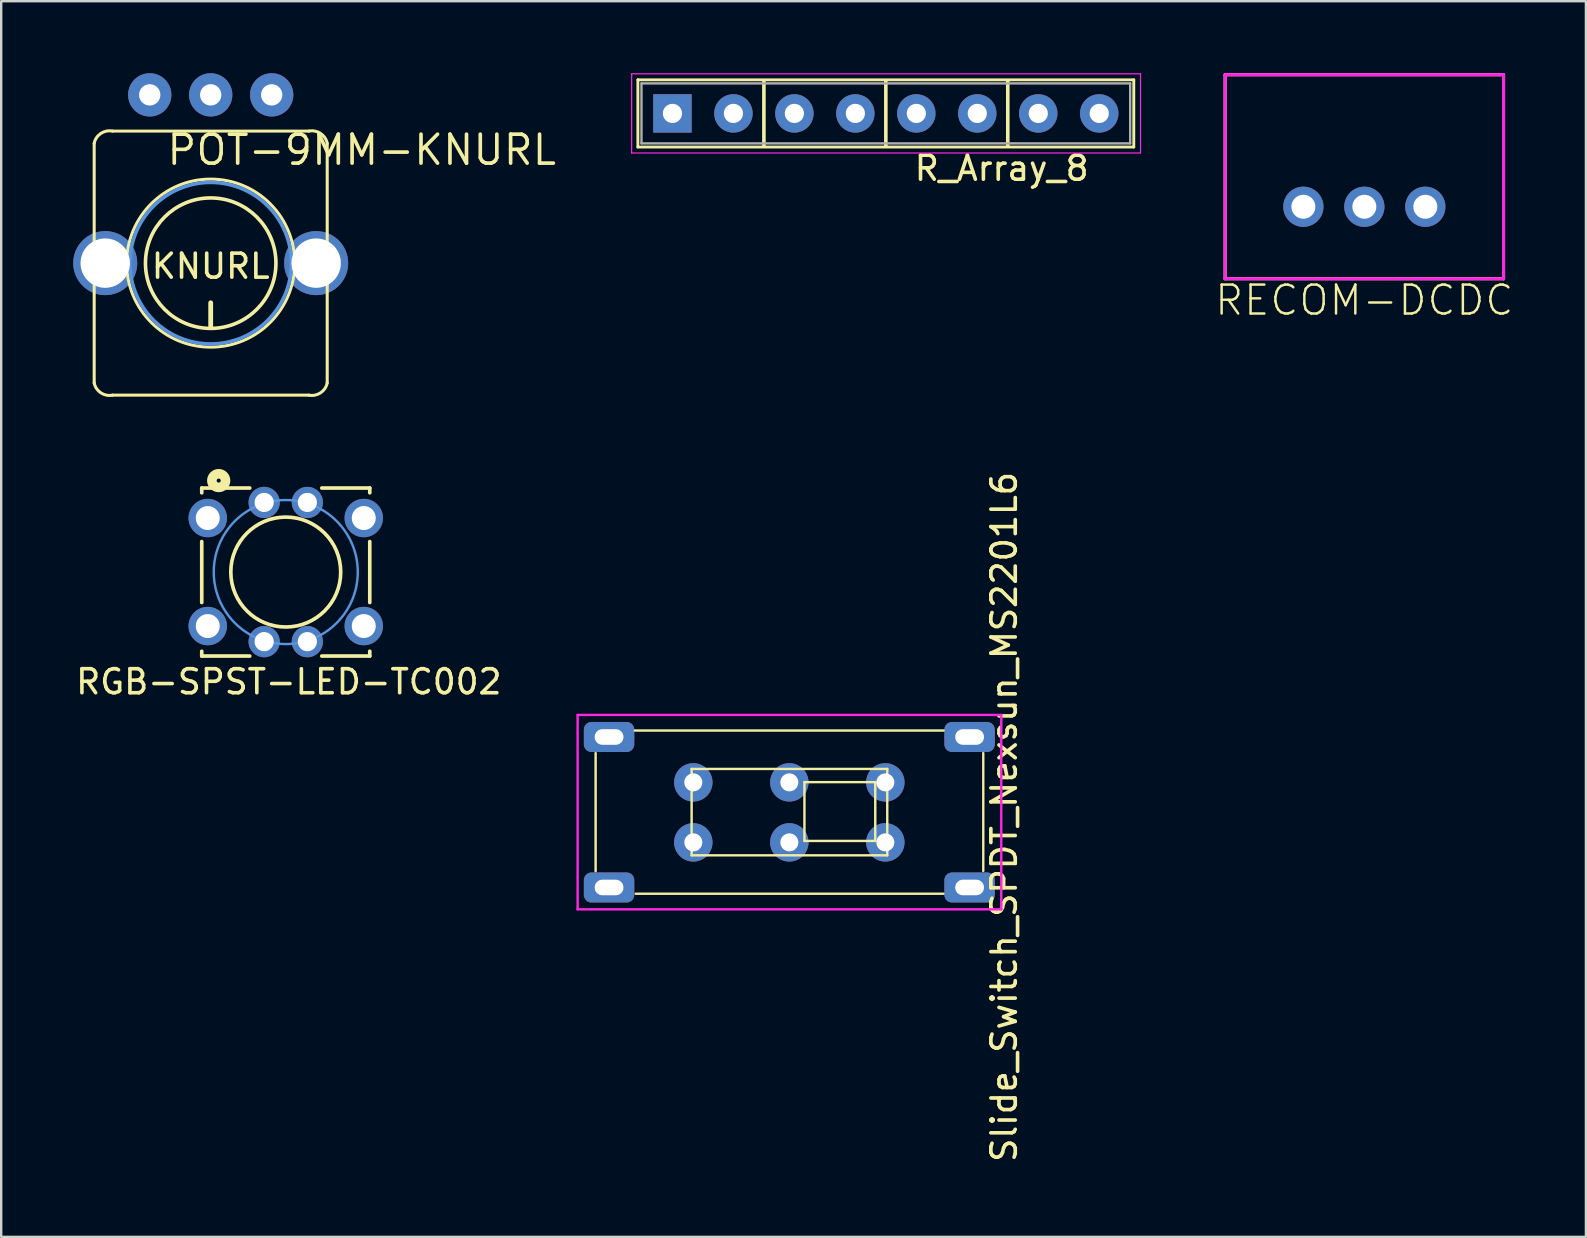
<source format=kicad_pcb>
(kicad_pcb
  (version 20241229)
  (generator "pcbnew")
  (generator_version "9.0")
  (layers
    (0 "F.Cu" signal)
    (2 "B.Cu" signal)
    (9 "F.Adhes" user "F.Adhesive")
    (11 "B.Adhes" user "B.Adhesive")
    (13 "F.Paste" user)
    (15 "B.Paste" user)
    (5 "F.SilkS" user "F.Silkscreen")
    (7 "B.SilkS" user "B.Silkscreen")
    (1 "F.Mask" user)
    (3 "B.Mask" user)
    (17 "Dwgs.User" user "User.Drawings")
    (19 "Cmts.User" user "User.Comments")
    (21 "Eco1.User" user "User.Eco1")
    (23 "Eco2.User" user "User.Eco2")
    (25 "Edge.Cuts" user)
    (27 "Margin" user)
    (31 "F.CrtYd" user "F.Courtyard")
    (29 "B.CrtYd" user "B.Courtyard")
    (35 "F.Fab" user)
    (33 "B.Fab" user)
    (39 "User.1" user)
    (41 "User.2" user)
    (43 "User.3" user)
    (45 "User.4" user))
  (footprint "RGB-SPST-LED-TC002"
    (layer "F.Cu")
    (at 8.855 20.782)
    (property "Reference" "RGB-SPST-LED-TC002" (at 0.127 4.572 0) (layer "F.SilkS") (effects (font (size 1 1) (thickness 0.15))))
    (attr through_hole)
    (fp_line (start -3.5 -3.5) (end -3.5 -3.302) (stroke (width 0.152) (type solid)) (layer "F.SilkS"))
    (fp_line (start -3.5 -1.27) (end -3.5 1.27) (stroke (width 0.152) (type solid)) (layer "F.SilkS"))
    (fp_line (start -3.5 3.5) (end -3.5 3.3) (stroke (width 0.152) (type solid)) (layer "F.SilkS"))
    (fp_line (start -1.5 -3.5) (end -3.5 -3.5) (stroke (width 0.152) (type solid)) (layer "F.SilkS"))
    (fp_line (start -1.5 3.5) (end -3.5 3.5) (stroke (width 0.152) (type solid)) (layer "F.SilkS"))
    (fp_line (start 1.5 -3.5) (end 3.5 -3.5) (stroke (width 0.152) (type solid)) (layer "F.SilkS"))
    (fp_line (start 1.5 3.5) (end 3.5 3.5) (stroke (width 0.152) (type solid)) (layer "F.SilkS"))
    (fp_line (start 3.5 -3.5) (end 3.5 -3.302) (stroke (width 0.152) (type solid)) (layer "F.SilkS"))
    (fp_line (start 3.5 -1.27) (end 3.5 1.27) (stroke (width 0.152) (type solid)) (layer "F.SilkS"))
    (fp_line (start 3.5 3.5) (end 3.5 3.3) (stroke (width 0.152) (type solid)) (layer "F.SilkS"))
    (fp_circle (center -2.794 -3.81) (end -2.921 -4.064) (stroke (width 0.4) (type solid)) (fill no) (layer "F.SilkS"))
    (fp_circle (center 0 0) (end -0.127 -2.286) (stroke (width 0.152) (type solid)) (fill no) (layer "F.SilkS"))
    (fp_circle (center 0 0) (end 3 0) (stroke (width 0.1) (type solid)) (fill no) (layer "Cmts.User"))
    (fp_circle (center 0 0) (end 2.75 0) (stroke (width 0.1) (type solid)) (fill no) (layer "Eco1.User"))
    (pad "1" thru_hole circle (at -3.25 -2.25) (size 1.6 1.6) (drill 1) (layers "*.Cu" "*.Mask"))
    (pad "2" thru_hole circle (at 3.25 -2.25) (size 1.6 1.6) (drill 1) (layers "*.Cu" "*.Mask"))
    (pad "3" thru_hole circle (at -3.25 2.25) (size 1.6 1.6) (drill 1) (layers "*.Cu" "*.Mask"))
    (pad "4" thru_hole circle (at 3.25 2.25) (size 1.6 1.6) (drill 1) (layers "*.Cu" "*.Mask"))
    (pad "5" thru_hole circle (at -0.9 -2.9) (size 1.3 1.3) (drill 0.8) (layers "*.Cu" "*.Mask"))
    (pad "6" thru_hole circle (at 0.9 -2.9) (size 1.3 1.3) (drill 0.8) (layers "*.Cu" "*.Mask"))
    (pad "7" thru_hole circle (at 0.9 2.9) (size 1.3 1.3) (drill 0.8) (layers "*.Cu" "*.Mask"))
    (pad "8" thru_hole circle (at -0.9 2.9) (size 1.3 1.3) (drill 0.8) (layers "*.Cu" "*.Mask")))
  (footprint "R_Array_8"
    (layer "F.Cu")
    (at 24.965 1.675)
    (property "Reference" "R_Array_8" (at 13.716 2.286 0) (layer "F.SilkS") (effects (font (size 1 1) (thickness 0.15))))
    (attr through_hole)
    (fp_line (start -1.44 -1.4) (end -1.44 1.4) (stroke (width 0.12) (type solid)) (layer "F.SilkS"))
    (fp_line (start -1.44 1.4) (end 19.22 1.4) (stroke (width 0.12) (type solid)) (layer "F.SilkS"))
    (fp_line (start 3.81 -1.35) (end 3.81 1.35) (stroke (width 0.15) (type solid)) (layer "F.SilkS"))
    (fp_line (start 8.89 1.35) (end 8.89 -1.35) (stroke (width 0.15) (type solid)) (layer "F.SilkS"))
    (fp_line (start 13.97 -1.35) (end 13.97 1.35) (stroke (width 0.15) (type solid)) (layer "F.SilkS"))
    (fp_line (start 19.22 -1.4) (end -1.44 -1.4) (stroke (width 0.12) (type solid)) (layer "F.SilkS"))
    (fp_line (start 19.22 1.4) (end 19.22 -1.4) (stroke (width 0.12) (type solid)) (layer "F.SilkS"))
    (fp_line (start -1.7 -1.65) (end -1.7 1.65) (stroke (width 0.05) (type solid)) (layer "F.CrtYd"))
    (fp_line (start -1.7 1.65) (end 19.5 1.65) (stroke (width 0.05) (type solid)) (layer "F.CrtYd"))
    (fp_line (start 19.5 -1.65) (end -1.7 -1.65) (stroke (width 0.05) (type solid)) (layer "F.CrtYd"))
    (fp_line (start 19.5 1.65) (end 19.5 -1.65) (stroke (width 0.05) (type solid)) (layer "F.CrtYd"))
    (fp_line (start -1.29 -1.25) (end -1.29 1.25) (stroke (width 0.1) (type solid)) (layer "F.Fab"))
    (fp_line (start -1.29 1.25) (end 19.07 1.25) (stroke (width 0.1) (type solid)) (layer "F.Fab"))
    (fp_line (start 19.07 -1.25) (end -1.29 -1.25) (stroke (width 0.1) (type solid)) (layer "F.Fab"))
    (fp_line (start 19.07 1.25) (end 19.07 -1.25) (stroke (width 0.1) (type solid)) (layer "F.Fab"))
    (pad "1" thru_hole rect (at 0 0) (size 1.6 1.6) (drill 0.8) (layers "*.Cu" "*.Mask"))
    (pad "2" thru_hole oval (at 2.54 0) (size 1.6 1.6) (drill 0.8) (layers "*.Cu" "*.Mask"))
    (pad "3" thru_hole oval (at 5.08 0) (size 1.6 1.6) (drill 0.8) (layers "*.Cu" "*.Mask"))
    (pad "4" thru_hole oval (at 7.62 0) (size 1.6 1.6) (drill 0.8) (layers "*.Cu" "*.Mask"))
    (pad "5" thru_hole oval (at 10.16 0) (size 1.6 1.6) (drill 0.8) (layers "*.Cu" "*.Mask"))
    (pad "6" thru_hole oval (at 12.7 0) (size 1.6 1.6) (drill 0.8) (layers "*.Cu" "*.Mask"))
    (pad "7" thru_hole oval (at 15.24 0) (size 1.6 1.6) (drill 0.8) (layers "*.Cu" "*.Mask"))
    (pad "8" thru_hole oval (at 17.78 0) (size 1.6 1.6) (drill 0.8) (layers "*.Cu" "*.Mask")))
  (footprint "POT-9MM-KNURL"
    (layer "F.Cu")
    (at 5.728 7.914)
    (property "Reference" "POT-9MM-KNURL" (at -1.905 -4.013 0) (layer "F.SilkS") (effects (font (size 1.206 1.206) (thickness 0.152)) (justify left bottom)))
    (attr through_hole)
    (fp_line (start -4.854 -4.992) (end -4.854 4.988) (stroke (width 0.127) (type solid)) (layer "F.SilkS"))
    (fp_line (start -4.09 5.498) (end 4.09 5.498) (stroke (width 0.127) (type solid)) (layer "F.SilkS"))
    (fp_line (start 0 2.667) (end 0 1.651) (stroke (width 0.2) (type solid)) (layer "F.SilkS"))
    (fp_line (start 4.09 -5.502) (end -4.09 -5.502) (stroke (width 0.127) (type solid)) (layer "F.SilkS"))
    (fp_line (start 4.854 4.988) (end 4.854 -4.992) (stroke (width 0.127) (type solid)) (layer "F.SilkS"))
    (fp_arc (start -4.854163 -4.991943) (mid -4.577817 -5.405102) (end -4.090263 -5.501843) (stroke (width 0.127) (type solid)) (layer "F.SilkS"))
    (fp_arc (start -4.090263 5.498157) (mid -4.577817 5.401416) (end -4.854163 4.988257) (stroke (width 0.127) (type solid)) (layer "F.SilkS"))
    (fp_arc (start 1.651 -2.159) (mid -1.651 2.159) (end 1.651 -2.159) (stroke (width 0.15) (type solid)) (layer "F.SilkS"))
    (fp_arc (start 4.089937 -5.501843) (mid 4.577491 -5.405102) (end 4.853837 -4.991943) (stroke (width 0.127) (type solid)) (layer "F.SilkS"))
    (fp_arc (start 4.853837 4.988257) (mid 4.577491 5.401416) (end 4.089937 5.498157) (stroke (width 0.127) (type solid)) (layer "F.SilkS"))
    (fp_circle (center -0.000163 -0.002) (end -3.5 -0.002) (stroke (width 0.127) (type solid)) (fill no) (layer "F.SilkS"))
    (fp_circle (center 0 0) (end -3.365 0) (stroke (width 0.15) (type solid)) (fill no) (layer "Cmts.User"))
    (fp_text user "KNURL" (at 0 0.127 0) (layer "F.SilkS") (effects (font (size 1 1) (thickness 0.15))))
    (pad "1" thru_hole circle (at 2.54 -7.012 270) (size 1.803 1.803) (drill 0.889) (layers "*.Cu" "*.Mask"))
    (pad "2" thru_hole circle (at -0.000163 -7.012 270) (size 1.803 1.803) (drill 0.889) (layers "*.Cu" "*.Mask"))
    (pad "3" thru_hole circle (at -2.54 -7.012 270) (size 1.803 1.803) (drill 0.889) (layers "*.Cu" "*.Mask"))
    (pad "4" thru_hole circle (at 4.394 -0.002) (size 2.667 2.667) (drill 2.057) (layers "*.Cu" "*.Mask"))
    (pad "5" thru_hole circle (at -4.394 -0.002) (size 2.667 2.667) (drill 2.057) (layers "*.Cu" "*.Mask")))
  (footprint "RECOM-DCDC"
    (layer "F.Cu")
    (at 53.79 5.564)
    (property "Reference" "RECOM-DCDC" (at -6.3 4.6 0) (layer "F.SilkS") (effects (font (size 1.206 1.206) (thickness 0.102)) (justify left bottom)))
    (attr through_hole)
    (fp_line (start -5.8 -5.5) (end -5.8 3) (stroke (width 0.127) (type solid)) (layer "F.SilkS"))
    (fp_line (start -5.8 3) (end 5.8 3) (stroke (width 0.127) (type solid)) (layer "F.SilkS"))
    (fp_line (start 5.8 -5.5) (end -5.8 -5.5) (stroke (width 0.127) (type solid)) (layer "F.SilkS"))
    (fp_line (start 5.8 3) (end 5.8 -5.5) (stroke (width 0.127) (type solid)) (layer "F.SilkS"))
    (fp_line (start -5.8 -5.5) (end -5.8 3) (stroke (width 0.127) (type solid)) (layer "F.CrtYd"))
    (fp_line (start -5.8 3) (end 5.8 3) (stroke (width 0.127) (type solid)) (layer "F.CrtYd"))
    (fp_line (start 5.8 -5.5) (end -5.8 -5.5) (stroke (width 0.127) (type solid)) (layer "F.CrtYd"))
    (fp_line (start 5.8 3) (end 5.8 -5.5) (stroke (width 0.127) (type solid)) (layer "F.CrtYd"))
    (pad "1" thru_hole circle (at -2.54 0) (size 1.676 1.676) (drill 1) (layers "*.Cu" "*.Mask"))
    (pad "2" thru_hole circle (at 0 0) (size 1.676 1.676) (drill 1) (layers "*.Cu" "*.Mask"))
    (pad "3" thru_hole circle (at 2.54 0) (size 1.676 1.676) (drill 1) (layers "*.Cu" "*.Mask")))
  (footprint "Slide_Switch_SPDT_Nexsun_MS2201L6"
    (layer "F.Cu")
    (at 29.839 30.784)
    (property "Reference" "Slide_Switch_SPDT_Nexsun_MS2201L6" (at 8.945 0.2 270) (layer "F.SilkS") (effects (font (size 1.016 1.016) (thickness 0.152))))
    (attr through_hole)
    (fp_line (start -8.075 -2.46) (end -8.075 2.46) (stroke (width 0.1) (type solid)) (layer "F.SilkS"))
    (fp_line (start -6.405 3.4) (end 6.415 3.4) (stroke (width 0.1) (type solid)) (layer "F.SilkS"))
    (fp_line (start -4.075 -1.8) (end 4.075 -1.8) (stroke (width 0.1) (type solid)) (layer "F.SilkS"))
    (fp_line (start -4.075 1.8) (end -4.075 -1.8) (stroke (width 0.1) (type solid)) (layer "F.SilkS"))
    (fp_line (start 0.625 -1.25) (end 3.575 -1.25) (stroke (width 0.1) (type solid)) (layer "F.SilkS"))
    (fp_line (start 0.625 1.2) (end 0.625 -1.25) (stroke (width 0.1) (type solid)) (layer "F.SilkS"))
    (fp_line (start 3.575 -1.25) (end 3.575 1.2) (stroke (width 0.1) (type solid)) (layer "F.SilkS"))
    (fp_line (start 3.575 1.2) (end 0.625 1.2) (stroke (width 0.1) (type solid)) (layer "F.SilkS"))
    (fp_line (start 4.075 -1.8) (end 4.075 1.8) (stroke (width 0.1) (type solid)) (layer "F.SilkS"))
    (fp_line (start 4.075 1.8) (end -4.075 1.8) (stroke (width 0.1) (type solid)) (layer "F.SilkS"))
    (fp_line (start 6.425 -3.4) (end -6.445 -3.4) (stroke (width 0.1) (type solid)) (layer "F.SilkS"))
    (fp_line (start 8.075 2.45) (end 8.075 -2.46) (stroke (width 0.1) (type solid)) (layer "F.SilkS"))
    (fp_line (start -8.825 -4.05) (end -8.825 4.05) (stroke (width 0.1) (type solid)) (layer "F.CrtYd"))
    (fp_line (start -8.825 4.05) (end 8.825 4.05) (stroke (width 0.1) (type solid)) (layer "F.CrtYd"))
    (fp_line (start 8.825 -4.05) (end -8.825 -4.05) (stroke (width 0.1) (type solid)) (layer "F.CrtYd"))
    (fp_line (start 8.825 4.05) (end 8.825 -4.05) (stroke (width 0.1) (type solid)) (layer "F.CrtYd"))
    (pad "1" thru_hole circle (at -4.005 -1.24) (size 1.6 1.6) (drill 0.75) (layers "*.Cu" "*.Mask"))
    (pad "2" thru_hole circle (at -0.005 -1.24) (size 1.6 1.6) (drill 0.75) (layers "*.Cu" "*.Mask"))
    (pad "3" thru_hole circle (at 3.995 -1.24) (size 1.6 1.6) (drill 0.75) (layers "*.Cu" "*.Mask"))
    (pad "4" thru_hole circle (at -4.005 1.26) (size 1.6 1.6) (drill 0.75) (layers "*.Cu" "*.Mask"))
    (pad "5" thru_hole circle (at -0.005 1.26) (size 1.6 1.6) (drill 0.75) (layers "*.Cu" "*.Mask"))
    (pad "6" thru_hole circle (at 3.995 1.26) (size 1.6 1.6) (drill 0.75) (layers "*.Cu" "*.Mask"))
    (pad "GND" thru_hole roundrect (at -7.515 -3.13) (size 2.1 1.25) (drill oval 1.2 0.65) (layers "*.Cu" "*.Mask") (roundrect_rratio 0.25))
    (pad "GND" thru_hole roundrect (at -7.515 3.14) (size 2.1 1.25) (drill oval 1.2 0.65) (layers "*.Cu" "*.Mask") (roundrect_rratio 0.25))
    (pad "GND" connect roundrect (at -6.715 -3.13) (size 0.5 0.1) (layers "*.Mask" "F.Cu") (roundrect_rratio 0.25))
    (pad "GND" connect roundrect (at -6.715 3.14) (size 0.5 0.1) (layers "*.Mask" "F.Cu") (roundrect_rratio 0.25))
    (pad "GND" connect roundrect (at 6.705 -3.13) (size 0.5 0.1) (layers "*.Mask" "F.Cu") (roundrect_rratio 0.25))
    (pad "GND" connect roundrect (at 6.705 3.14) (size 0.5 0.1) (layers "*.Mask" "F.Cu") (roundrect_rratio 0.25))
    (pad "GND" thru_hole roundrect (at 7.505 -3.13) (size 2.1 1.25) (drill oval 1.2 0.65) (layers "*.Cu" "*.Mask") (roundrect_rratio 0.25))
    (pad "GND" thru_hole roundrect (at 7.505 3.14) (size 2.1 1.25) (drill oval 1.2 0.65) (layers "*.Cu" "*.Mask") (roundrect_rratio 0.25)))
  (gr_rect
    (start -3 -3)
    (end 63.021 48.48)
    (stroke (width 0.1) (type default))
    (fill no)
    (layer "Edge.Cuts")))
</source>
